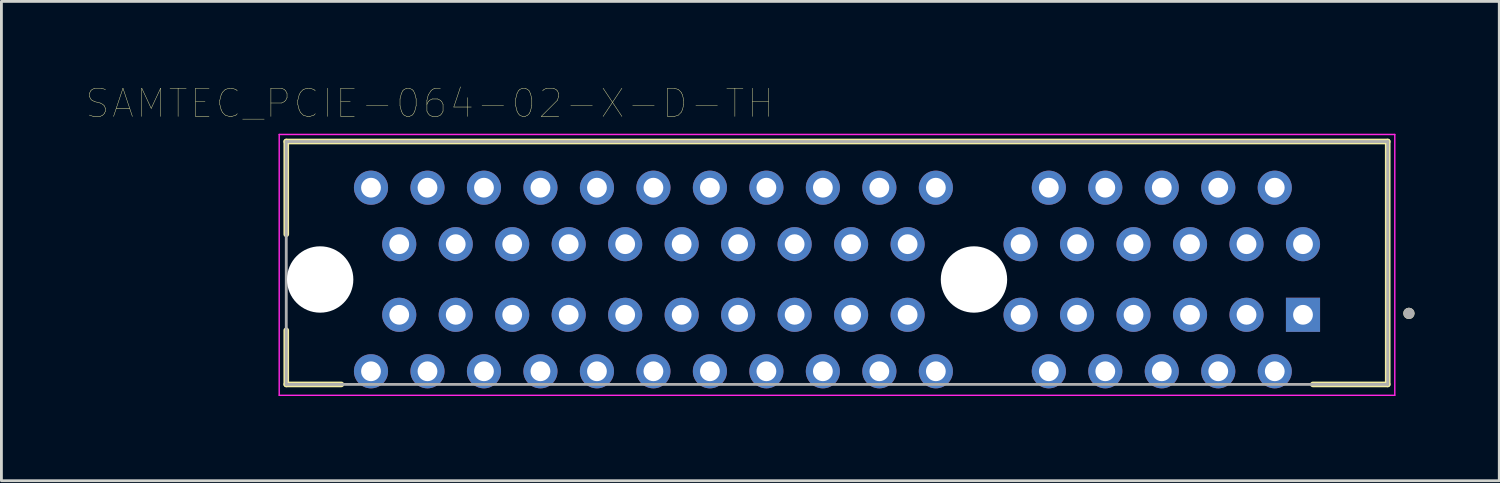
<source format=kicad_pcb>
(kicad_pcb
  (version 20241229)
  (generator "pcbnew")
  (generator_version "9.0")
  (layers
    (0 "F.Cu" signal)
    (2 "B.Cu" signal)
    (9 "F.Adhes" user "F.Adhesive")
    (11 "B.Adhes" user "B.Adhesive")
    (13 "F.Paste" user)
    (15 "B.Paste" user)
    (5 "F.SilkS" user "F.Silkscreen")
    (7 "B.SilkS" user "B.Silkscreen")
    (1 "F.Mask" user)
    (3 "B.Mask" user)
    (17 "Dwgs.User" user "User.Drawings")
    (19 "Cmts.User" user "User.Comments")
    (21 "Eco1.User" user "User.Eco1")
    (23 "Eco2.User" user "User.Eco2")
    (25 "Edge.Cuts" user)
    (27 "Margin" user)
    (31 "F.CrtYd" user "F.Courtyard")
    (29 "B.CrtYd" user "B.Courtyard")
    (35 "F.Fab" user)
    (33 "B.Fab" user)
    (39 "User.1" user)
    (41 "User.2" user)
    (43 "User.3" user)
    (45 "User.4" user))
  (footprint "SAMTEC_PCIE-064-02-X-D-TH"
    (layer "F.Cu")
    (at 26.586 6.261)
    (property "Reference" "SAMTEC_PCIE-064-02-X-D-TH" (at -14.425 -5.65 0) (layer "F.SilkS") (effects (font (size 1 1) (thickness 0.015))))
    (attr through_hole)
    (fp_line (start -19.5 -4.3) (end 19.5 -4.3) (stroke (width 0.2) (type solid)) (layer "F.SilkS"))
    (fp_line (start -19.5 -1.015) (end -19.5 -4.3) (stroke (width 0.2) (type solid)) (layer "F.SilkS"))
    (fp_line (start -19.5 4.3) (end -19.5 2.385) (stroke (width 0.2) (type solid)) (layer "F.SilkS"))
    (fp_line (start -17.55 4.3) (end -19.5 4.3) (stroke (width 0.2) (type solid)) (layer "F.SilkS"))
    (fp_line (start 19.5 -4.3) (end 19.5 4.3) (stroke (width 0.2) (type solid)) (layer "F.SilkS"))
    (fp_line (start 19.5 4.3) (end 16.85 4.3) (stroke (width 0.2) (type solid)) (layer "F.SilkS"))
    (fp_circle (center 20.25 1.785) (end 20.35 1.785) (stroke (width 0.2) (type solid)) (fill no) (layer "F.SilkS"))
    (fp_line (start -19.75 -4.55) (end 19.75 -4.55) (stroke (width 0.05) (type solid)) (layer "F.CrtYd"))
    (fp_line (start -19.75 4.685) (end -19.75 -4.55) (stroke (width 0.05) (type solid)) (layer "F.CrtYd"))
    (fp_line (start 19.75 -4.55) (end 19.75 4.685) (stroke (width 0.05) (type solid)) (layer "F.CrtYd"))
    (fp_line (start 19.75 4.685) (end -19.75 4.685) (stroke (width 0.05) (type solid)) (layer "F.CrtYd"))
    (fp_line (start -19.5 -4.3) (end 19.5 -4.3) (stroke (width 0.1) (type solid)) (layer "F.Fab"))
    (fp_line (start -19.5 4.3) (end -19.5 -4.3) (stroke (width 0.1) (type solid)) (layer "F.Fab"))
    (fp_line (start 19.5 -4.3) (end 19.5 4.3) (stroke (width 0.1) (type solid)) (layer "F.Fab"))
    (fp_line (start 19.5 4.3) (end -19.5 4.3) (stroke (width 0.1) (type solid)) (layer "F.Fab"))
    (fp_circle (center 20.25 1.785) (end 20.35 1.785) (stroke (width 0.2) (type solid)) (fill no) (layer "F.Fab"))
    (pad "" np_thru_hole circle (at -18.3 0.585) (size 2.35 2.35) (drill 2.35) (layers "*.Cu" "*.Mask"))
    (pad "" np_thru_hole circle (at 4.85 0.585) (size 2.35 2.35) (drill 2.35) (layers "*.Cu" "*.Mask"))
    (pad "A1" thru_hole rect (at 16.5 1.835) (size 1.208 1.208) (drill 0.7) (layers "*.Cu" "*.Mask"))
    (pad "A2" thru_hole circle (at 15.5 3.835) (size 1.208 1.208) (drill 0.7) (layers "*.Cu" "*.Mask"))
    (pad "A3" thru_hole circle (at 14.5 1.835) (size 1.208 1.208) (drill 0.7) (layers "*.Cu" "*.Mask"))
    (pad "A4" thru_hole circle (at 13.5 3.835) (size 1.208 1.208) (drill 0.7) (layers "*.Cu" "*.Mask"))
    (pad "A5" thru_hole circle (at 12.5 1.835) (size 1.208 1.208) (drill 0.7) (layers "*.Cu" "*.Mask"))
    (pad "A6" thru_hole circle (at 11.5 3.835) (size 1.208 1.208) (drill 0.7) (layers "*.Cu" "*.Mask"))
    (pad "A7" thru_hole circle (at 10.5 1.835) (size 1.208 1.208) (drill 0.7) (layers "*.Cu" "*.Mask"))
    (pad "A8" thru_hole circle (at 9.5 3.835) (size 1.208 1.208) (drill 0.7) (layers "*.Cu" "*.Mask"))
    (pad "A9" thru_hole circle (at 8.5 1.835) (size 1.208 1.208) (drill 0.7) (layers "*.Cu" "*.Mask"))
    (pad "A10" thru_hole circle (at 7.5 3.835) (size 1.208 1.208) (drill 0.7) (layers "*.Cu" "*.Mask"))
    (pad "A11" thru_hole circle (at 6.5 1.835) (size 1.208 1.208) (drill 0.7) (layers "*.Cu" "*.Mask"))
    (pad "A12" thru_hole circle (at 3.5 3.835) (size 1.208 1.208) (drill 0.7) (layers "*.Cu" "*.Mask"))
    (pad "A13" thru_hole circle (at 2.5 1.835) (size 1.208 1.208) (drill 0.7) (layers "*.Cu" "*.Mask"))
    (pad "A14" thru_hole circle (at 1.5 3.835) (size 1.208 1.208) (drill 0.7) (layers "*.Cu" "*.Mask"))
    (pad "A15" thru_hole circle (at 0.5 1.835) (size 1.208 1.208) (drill 0.7) (layers "*.Cu" "*.Mask"))
    (pad "A16" thru_hole circle (at -0.5 3.835) (size 1.208 1.208) (drill 0.7) (layers "*.Cu" "*.Mask"))
    (pad "A17" thru_hole circle (at -1.5 1.835) (size 1.208 1.208) (drill 0.7) (layers "*.Cu" "*.Mask"))
    (pad "A18" thru_hole circle (at -2.5 3.835) (size 1.208 1.208) (drill 0.7) (layers "*.Cu" "*.Mask"))
    (pad "A19" thru_hole circle (at -3.5 1.835) (size 1.208 1.208) (drill 0.7) (layers "*.Cu" "*.Mask"))
    (pad "A20" thru_hole circle (at -4.5 3.835) (size 1.208 1.208) (drill 0.7) (layers "*.Cu" "*.Mask"))
    (pad "A21" thru_hole circle (at -5.5 1.835) (size 1.208 1.208) (drill 0.7) (layers "*.Cu" "*.Mask"))
    (pad "A22" thru_hole circle (at -6.5 3.835) (size 1.208 1.208) (drill 0.7) (layers "*.Cu" "*.Mask"))
    (pad "A23" thru_hole circle (at -7.5 1.835) (size 1.208 1.208) (drill 0.7) (layers "*.Cu" "*.Mask"))
    (pad "A24" thru_hole circle (at -8.5 3.835) (size 1.208 1.208) (drill 0.7) (layers "*.Cu" "*.Mask"))
    (pad "A25" thru_hole circle (at -9.5 1.835) (size 1.208 1.208) (drill 0.7) (layers "*.Cu" "*.Mask"))
    (pad "A26" thru_hole circle (at -10.5 3.835) (size 1.208 1.208) (drill 0.7) (layers "*.Cu" "*.Mask"))
    (pad "A27" thru_hole circle (at -11.5 1.835) (size 1.208 1.208) (drill 0.7) (layers "*.Cu" "*.Mask"))
    (pad "A28" thru_hole circle (at -12.5 3.835) (size 1.208 1.208) (drill 0.7) (layers "*.Cu" "*.Mask"))
    (pad "A29" thru_hole circle (at -13.5 1.835) (size 1.208 1.208) (drill 0.7) (layers "*.Cu" "*.Mask"))
    (pad "A30" thru_hole circle (at -14.5 3.835) (size 1.208 1.208) (drill 0.7) (layers "*.Cu" "*.Mask"))
    (pad "A31" thru_hole circle (at -15.5 1.835) (size 1.208 1.208) (drill 0.7) (layers "*.Cu" "*.Mask"))
    (pad "A32" thru_hole circle (at -16.5 3.835) (size 1.208 1.208) (drill 0.7) (layers "*.Cu" "*.Mask"))
    (pad "B1" thru_hole circle (at 16.5 -0.665) (size 1.208 1.208) (drill 0.7) (layers "*.Cu" "*.Mask"))
    (pad "B2" thru_hole circle (at 15.5 -2.665) (size 1.208 1.208) (drill 0.7) (layers "*.Cu" "*.Mask"))
    (pad "B3" thru_hole circle (at 14.5 -0.665) (size 1.208 1.208) (drill 0.7) (layers "*.Cu" "*.Mask"))
    (pad "B4" thru_hole circle (at 13.5 -2.665) (size 1.208 1.208) (drill 0.7) (layers "*.Cu" "*.Mask"))
    (pad "B5" thru_hole circle (at 12.5 -0.665) (size 1.208 1.208) (drill 0.7) (layers "*.Cu" "*.Mask"))
    (pad "B6" thru_hole circle (at 11.5 -2.665) (size 1.208 1.208) (drill 0.7) (layers "*.Cu" "*.Mask"))
    (pad "B7" thru_hole circle (at 10.5 -0.665) (size 1.208 1.208) (drill 0.7) (layers "*.Cu" "*.Mask"))
    (pad "B8" thru_hole circle (at 9.5 -2.665) (size 1.208 1.208) (drill 0.7) (layers "*.Cu" "*.Mask"))
    (pad "B9" thru_hole circle (at 8.5 -0.665) (size 1.208 1.208) (drill 0.7) (layers "*.Cu" "*.Mask"))
    (pad "B10" thru_hole circle (at 7.5 -2.665) (size 1.208 1.208) (drill 0.7) (layers "*.Cu" "*.Mask"))
    (pad "B11" thru_hole circle (at 6.5 -0.665) (size 1.208 1.208) (drill 0.7) (layers "*.Cu" "*.Mask"))
    (pad "B12" thru_hole circle (at 3.5 -2.665) (size 1.208 1.208) (drill 0.7) (layers "*.Cu" "*.Mask"))
    (pad "B13" thru_hole circle (at 2.5 -0.665) (size 1.208 1.208) (drill 0.7) (layers "*.Cu" "*.Mask"))
    (pad "B14" thru_hole circle (at 1.5 -2.665) (size 1.208 1.208) (drill 0.7) (layers "*.Cu" "*.Mask"))
    (pad "B15" thru_hole circle (at 0.5 -0.665) (size 1.208 1.208) (drill 0.7) (layers "*.Cu" "*.Mask"))
    (pad "B16" thru_hole circle (at -0.5 -2.665) (size 1.208 1.208) (drill 0.7) (layers "*.Cu" "*.Mask"))
    (pad "B17" thru_hole circle (at -1.5 -0.665) (size 1.208 1.208) (drill 0.7) (layers "*.Cu" "*.Mask"))
    (pad "B18" thru_hole circle (at -2.5 -2.665) (size 1.208 1.208) (drill 0.7) (layers "*.Cu" "*.Mask"))
    (pad "B19" thru_hole circle (at -3.5 -0.665) (size 1.208 1.208) (drill 0.7) (layers "*.Cu" "*.Mask"))
    (pad "B20" thru_hole circle (at -4.5 -2.665) (size 1.208 1.208) (drill 0.7) (layers "*.Cu" "*.Mask"))
    (pad "B21" thru_hole circle (at -5.5 -0.665) (size 1.208 1.208) (drill 0.7) (layers "*.Cu" "*.Mask"))
    (pad "B22" thru_hole circle (at -6.5 -2.665) (size 1.208 1.208) (drill 0.7) (layers "*.Cu" "*.Mask"))
    (pad "B23" thru_hole circle (at -7.5 -0.665) (size 1.208 1.208) (drill 0.7) (layers "*.Cu" "*.Mask"))
    (pad "B24" thru_hole circle (at -8.5 -2.665) (size 1.208 1.208) (drill 0.7) (layers "*.Cu" "*.Mask"))
    (pad "B25" thru_hole circle (at -9.5 -0.665) (size 1.208 1.208) (drill 0.7) (layers "*.Cu" "*.Mask"))
    (pad "B26" thru_hole circle (at -10.5 -2.665) (size 1.208 1.208) (drill 0.7) (layers "*.Cu" "*.Mask"))
    (pad "B27" thru_hole circle (at -11.5 -0.665) (size 1.208 1.208) (drill 0.7) (layers "*.Cu" "*.Mask"))
    (pad "B28" thru_hole circle (at -12.5 -2.665) (size 1.208 1.208) (drill 0.7) (layers "*.Cu" "*.Mask"))
    (pad "B29" thru_hole circle (at -13.5 -0.665) (size 1.208 1.208) (drill 0.7) (layers "*.Cu" "*.Mask"))
    (pad "B30" thru_hole circle (at -14.5 -2.665) (size 1.208 1.208) (drill 0.7) (layers "*.Cu" "*.Mask"))
    (pad "B31" thru_hole circle (at -15.5 -0.665) (size 1.208 1.208) (drill 0.7) (layers "*.Cu" "*.Mask"))
    (pad "B32" thru_hole circle (at -16.5 -2.665) (size 1.208 1.208) (drill 0.7) (layers "*.Cu" "*.Mask")))
  (gr_rect
    (start -3 -3)
    (end 50.036 13.971)
    (stroke (width 0.1) (type default))
    (fill no)
    (layer "Edge.Cuts")))
</source>
